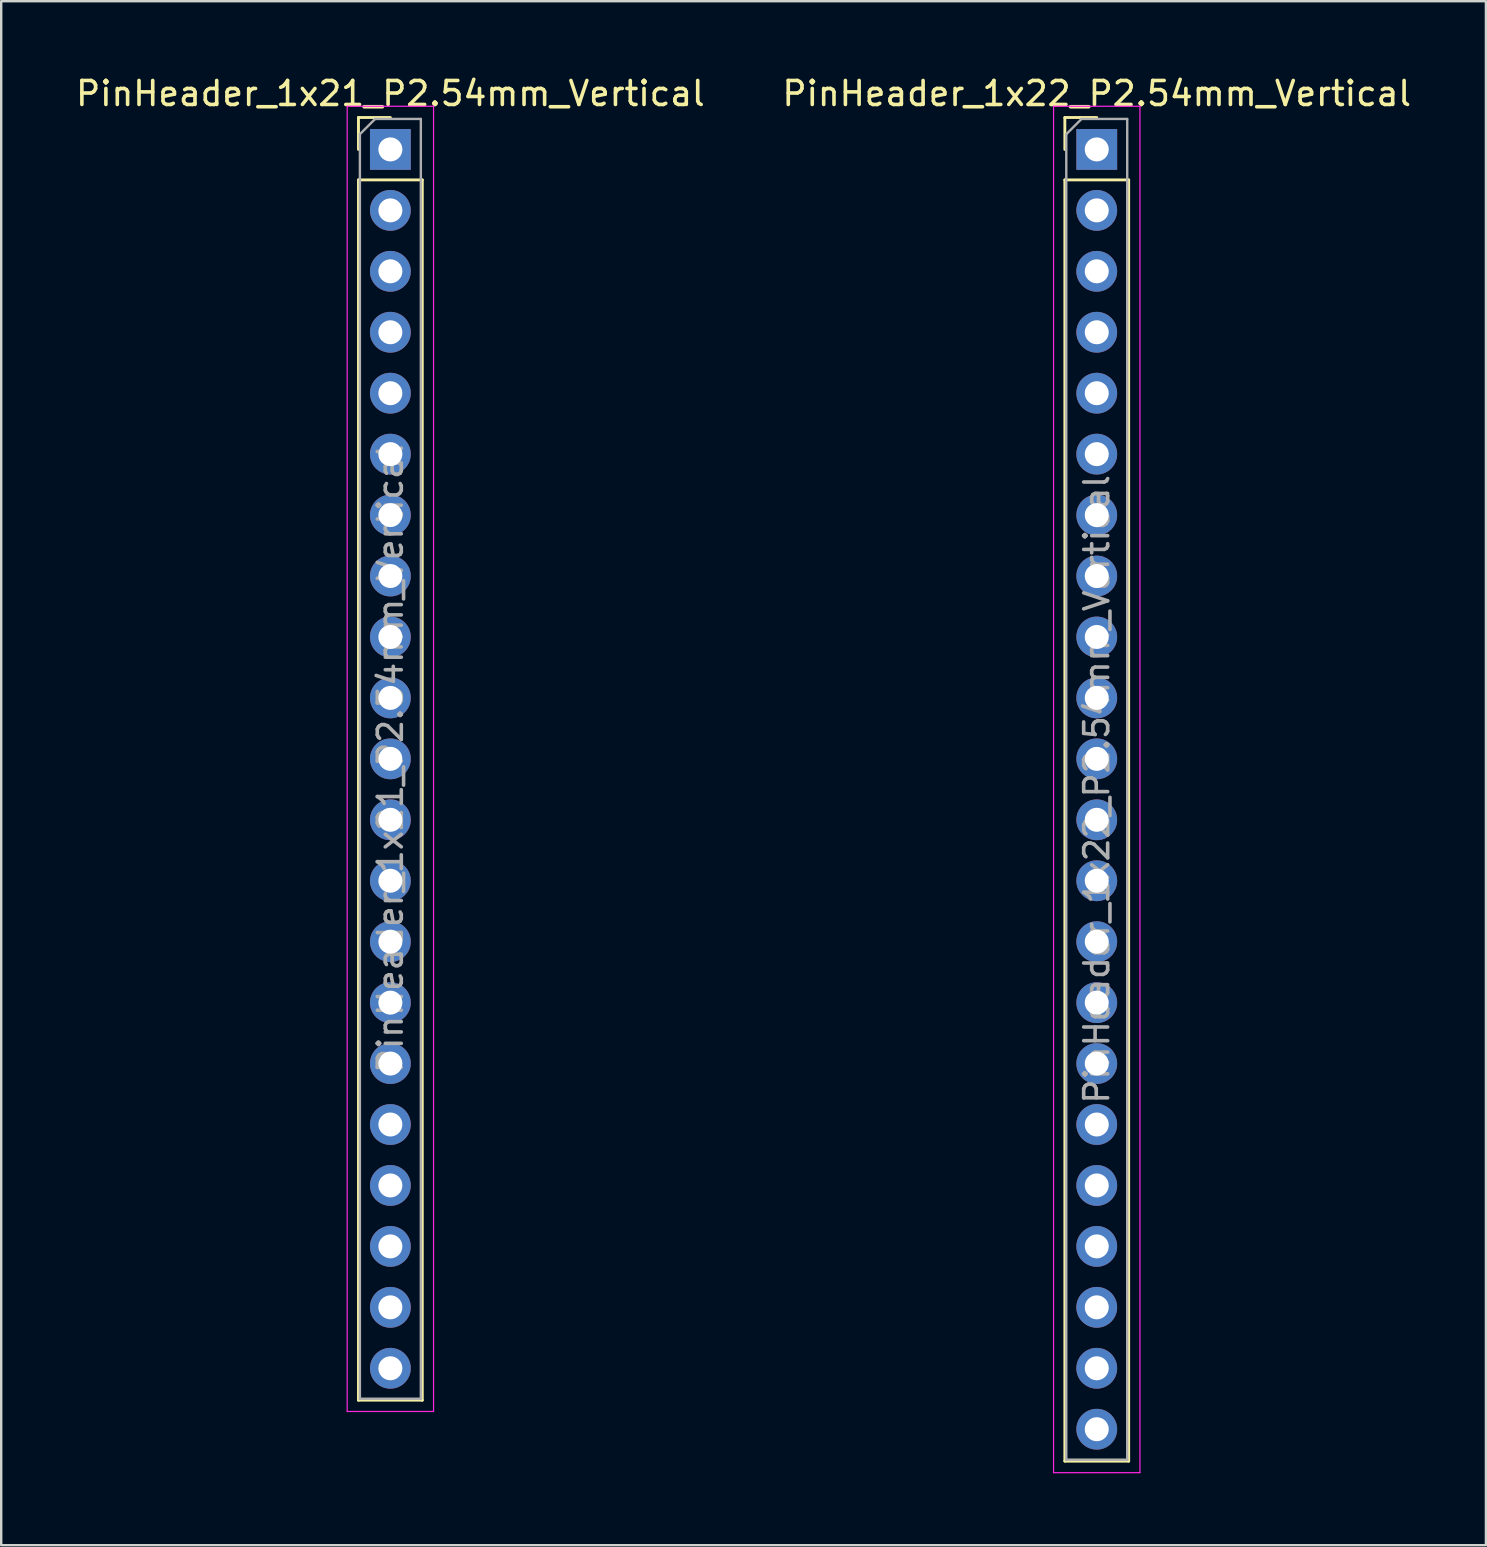
<source format=kicad_pcb>
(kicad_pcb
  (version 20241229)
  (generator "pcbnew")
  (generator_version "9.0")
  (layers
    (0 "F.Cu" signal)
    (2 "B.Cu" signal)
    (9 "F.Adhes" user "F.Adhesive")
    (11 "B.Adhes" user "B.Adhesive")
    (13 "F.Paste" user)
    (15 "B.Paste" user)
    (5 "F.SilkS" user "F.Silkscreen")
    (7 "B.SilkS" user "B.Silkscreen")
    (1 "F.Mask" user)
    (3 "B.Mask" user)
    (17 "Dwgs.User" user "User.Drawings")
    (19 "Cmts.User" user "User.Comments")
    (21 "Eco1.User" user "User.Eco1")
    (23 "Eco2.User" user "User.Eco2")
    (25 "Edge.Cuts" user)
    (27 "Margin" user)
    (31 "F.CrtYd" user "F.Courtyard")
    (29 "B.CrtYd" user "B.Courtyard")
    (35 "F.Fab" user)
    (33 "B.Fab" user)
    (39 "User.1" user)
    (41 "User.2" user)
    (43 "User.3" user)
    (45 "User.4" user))
  (footprint "PinHeader_1x22_P2.54mm_Vertical"
    (layer "F.Cu")
    (at 42.661 3.178)
    (property "Reference" "PinHeader_1x22_P2.54mm_Vertical" (at 0 -2.33 0) (layer "F.SilkS") (effects (font (size 1 1) (thickness 0.15))))
    (attr through_hole)
    (fp_line (start -1.33 -1.33) (end 0 -1.33) (stroke (width 0.12) (type solid)) (layer "F.SilkS"))
    (fp_line (start -1.33 0) (end -1.33 -1.33) (stroke (width 0.12) (type solid)) (layer "F.SilkS"))
    (fp_line (start -1.33 1.27) (end -1.33 54.67) (stroke (width 0.12) (type solid)) (layer "F.SilkS"))
    (fp_line (start -1.33 1.27) (end 1.33 1.27) (stroke (width 0.12) (type solid)) (layer "F.SilkS"))
    (fp_line (start -1.33 54.67) (end 1.33 54.67) (stroke (width 0.12) (type solid)) (layer "F.SilkS"))
    (fp_line (start 1.33 1.27) (end 1.33 54.67) (stroke (width 0.12) (type solid)) (layer "F.SilkS"))
    (fp_line (start -1.8 -1.8) (end -1.8 55.15) (stroke (width 0.05) (type solid)) (layer "F.CrtYd"))
    (fp_line (start -1.8 55.15) (end 1.8 55.15) (stroke (width 0.05) (type solid)) (layer "F.CrtYd"))
    (fp_line (start 1.8 -1.8) (end -1.8 -1.8) (stroke (width 0.05) (type solid)) (layer "F.CrtYd"))
    (fp_line (start 1.8 55.15) (end 1.8 -1.8) (stroke (width 0.05) (type solid)) (layer "F.CrtYd"))
    (fp_line (start -1.27 -0.635) (end -0.635 -1.27) (stroke (width 0.1) (type solid)) (layer "F.Fab"))
    (fp_line (start -1.27 54.61) (end -1.27 -0.635) (stroke (width 0.1) (type solid)) (layer "F.Fab"))
    (fp_line (start -0.635 -1.27) (end 1.27 -1.27) (stroke (width 0.1) (type solid)) (layer "F.Fab"))
    (fp_line (start 1.27 -1.27) (end 1.27 54.61) (stroke (width 0.1) (type solid)) (layer "F.Fab"))
    (fp_line (start 1.27 54.61) (end -1.27 54.61) (stroke (width 0.1) (type solid)) (layer "F.Fab"))
    (fp_text user "${REFERENCE}" (at 0 26.67 90) (layer "F.Fab") (effects (font (size 1 1) (thickness 0.15))))
    (pad "1" thru_hole rect (at 0 0) (size 1.7 1.7) (drill 1) (layers "*.Cu" "*.Mask"))
    (pad "2" thru_hole oval (at 0 2.54) (size 1.7 1.7) (drill 1) (layers "*.Cu" "*.Mask"))
    (pad "3" thru_hole oval (at 0 5.08) (size 1.7 1.7) (drill 1) (layers "*.Cu" "*.Mask"))
    (pad "4" thru_hole oval (at 0 7.62) (size 1.7 1.7) (drill 1) (layers "*.Cu" "*.Mask"))
    (pad "5" thru_hole oval (at 0 10.16) (size 1.7 1.7) (drill 1) (layers "*.Cu" "*.Mask"))
    (pad "6" thru_hole oval (at 0 12.7) (size 1.7 1.7) (drill 1) (layers "*.Cu" "*.Mask"))
    (pad "7" thru_hole oval (at 0 15.24) (size 1.7 1.7) (drill 1) (layers "*.Cu" "*.Mask"))
    (pad "8" thru_hole oval (at 0 17.78) (size 1.7 1.7) (drill 1) (layers "*.Cu" "*.Mask"))
    (pad "9" thru_hole oval (at 0 20.32) (size 1.7 1.7) (drill 1) (layers "*.Cu" "*.Mask"))
    (pad "10" thru_hole oval (at 0 22.86) (size 1.7 1.7) (drill 1) (layers "*.Cu" "*.Mask"))
    (pad "11" thru_hole oval (at 0 25.4) (size 1.7 1.7) (drill 1) (layers "*.Cu" "*.Mask"))
    (pad "12" thru_hole oval (at 0 27.94) (size 1.7 1.7) (drill 1) (layers "*.Cu" "*.Mask"))
    (pad "13" thru_hole oval (at 0 30.48) (size 1.7 1.7) (drill 1) (layers "*.Cu" "*.Mask"))
    (pad "14" thru_hole oval (at 0 33.02) (size 1.7 1.7) (drill 1) (layers "*.Cu" "*.Mask"))
    (pad "15" thru_hole oval (at 0 35.56) (size 1.7 1.7) (drill 1) (layers "*.Cu" "*.Mask"))
    (pad "16" thru_hole oval (at 0 38.1) (size 1.7 1.7) (drill 1) (layers "*.Cu" "*.Mask"))
    (pad "17" thru_hole oval (at 0 40.64) (size 1.7 1.7) (drill 1) (layers "*.Cu" "*.Mask"))
    (pad "18" thru_hole oval (at 0 43.18) (size 1.7 1.7) (drill 1) (layers "*.Cu" "*.Mask"))
    (pad "19" thru_hole oval (at 0 45.72) (size 1.7 1.7) (drill 1) (layers "*.Cu" "*.Mask"))
    (pad "20" thru_hole oval (at 0 48.26) (size 1.7 1.7) (drill 1) (layers "*.Cu" "*.Mask"))
    (pad "21" thru_hole oval (at 0 50.8) (size 1.7 1.7) (drill 1) (layers "*.Cu" "*.Mask"))
    (pad "22" thru_hole oval (at 0 53.34) (size 1.7 1.7) (drill 1) (layers "*.Cu" "*.Mask")))
  (footprint "PinHeader_1x21_P2.54mm_Vertical"
    (layer "F.Cu")
    (at 13.22 3.178)
    (property "Reference" "PinHeader_1x21_P2.54mm_Vertical" (at 0 -2.33 0) (layer "F.SilkS") (effects (font (size 1 1) (thickness 0.15))))
    (attr through_hole)
    (fp_line (start -1.33 -1.33) (end 0 -1.33) (stroke (width 0.12) (type solid)) (layer "F.SilkS"))
    (fp_line (start -1.33 0) (end -1.33 -1.33) (stroke (width 0.12) (type solid)) (layer "F.SilkS"))
    (fp_line (start -1.33 1.27) (end -1.33 52.13) (stroke (width 0.12) (type solid)) (layer "F.SilkS"))
    (fp_line (start -1.33 1.27) (end 1.33 1.27) (stroke (width 0.12) (type solid)) (layer "F.SilkS"))
    (fp_line (start -1.33 52.13) (end 1.33 52.13) (stroke (width 0.12) (type solid)) (layer "F.SilkS"))
    (fp_line (start 1.33 1.27) (end 1.33 52.13) (stroke (width 0.12) (type solid)) (layer "F.SilkS"))
    (fp_line (start -1.8 -1.8) (end -1.8 52.6) (stroke (width 0.05) (type solid)) (layer "F.CrtYd"))
    (fp_line (start -1.8 52.6) (end 1.8 52.6) (stroke (width 0.05) (type solid)) (layer "F.CrtYd"))
    (fp_line (start 1.8 -1.8) (end -1.8 -1.8) (stroke (width 0.05) (type solid)) (layer "F.CrtYd"))
    (fp_line (start 1.8 52.6) (end 1.8 -1.8) (stroke (width 0.05) (type solid)) (layer "F.CrtYd"))
    (fp_line (start -1.27 -0.635) (end -0.635 -1.27) (stroke (width 0.1) (type solid)) (layer "F.Fab"))
    (fp_line (start -1.27 52.07) (end -1.27 -0.635) (stroke (width 0.1) (type solid)) (layer "F.Fab"))
    (fp_line (start -0.635 -1.27) (end 1.27 -1.27) (stroke (width 0.1) (type solid)) (layer "F.Fab"))
    (fp_line (start 1.27 -1.27) (end 1.27 52.07) (stroke (width 0.1) (type solid)) (layer "F.Fab"))
    (fp_line (start 1.27 52.07) (end -1.27 52.07) (stroke (width 0.1) (type solid)) (layer "F.Fab"))
    (fp_text user "${REFERENCE}" (at 0 25.4 90) (layer "F.Fab") (effects (font (size 1 1) (thickness 0.15))))
    (pad "1" thru_hole rect (at 0 0) (size 1.7 1.7) (drill 1) (layers "*.Cu" "*.Mask"))
    (pad "2" thru_hole oval (at 0 2.54) (size 1.7 1.7) (drill 1) (layers "*.Cu" "*.Mask"))
    (pad "3" thru_hole oval (at 0 5.08) (size 1.7 1.7) (drill 1) (layers "*.Cu" "*.Mask"))
    (pad "4" thru_hole oval (at 0 7.62) (size 1.7 1.7) (drill 1) (layers "*.Cu" "*.Mask"))
    (pad "5" thru_hole oval (at 0 10.16) (size 1.7 1.7) (drill 1) (layers "*.Cu" "*.Mask"))
    (pad "6" thru_hole oval (at 0 12.7) (size 1.7 1.7) (drill 1) (layers "*.Cu" "*.Mask"))
    (pad "7" thru_hole oval (at 0 15.24) (size 1.7 1.7) (drill 1) (layers "*.Cu" "*.Mask"))
    (pad "8" thru_hole oval (at 0 17.78) (size 1.7 1.7) (drill 1) (layers "*.Cu" "*.Mask"))
    (pad "9" thru_hole oval (at 0 20.32) (size 1.7 1.7) (drill 1) (layers "*.Cu" "*.Mask"))
    (pad "10" thru_hole oval (at 0 22.86) (size 1.7 1.7) (drill 1) (layers "*.Cu" "*.Mask"))
    (pad "11" thru_hole oval (at 0 25.4) (size 1.7 1.7) (drill 1) (layers "*.Cu" "*.Mask"))
    (pad "12" thru_hole oval (at 0 27.94) (size 1.7 1.7) (drill 1) (layers "*.Cu" "*.Mask"))
    (pad "13" thru_hole oval (at 0 30.48) (size 1.7 1.7) (drill 1) (layers "*.Cu" "*.Mask"))
    (pad "14" thru_hole oval (at 0 33.02) (size 1.7 1.7) (drill 1) (layers "*.Cu" "*.Mask"))
    (pad "15" thru_hole oval (at 0 35.56) (size 1.7 1.7) (drill 1) (layers "*.Cu" "*.Mask"))
    (pad "16" thru_hole oval (at 0 38.1) (size 1.7 1.7) (drill 1) (layers "*.Cu" "*.Mask"))
    (pad "17" thru_hole oval (at 0 40.64) (size 1.7 1.7) (drill 1) (layers "*.Cu" "*.Mask"))
    (pad "18" thru_hole oval (at 0 43.18) (size 1.7 1.7) (drill 1) (layers "*.Cu" "*.Mask"))
    (pad "19" thru_hole oval (at 0 45.72) (size 1.7 1.7) (drill 1) (layers "*.Cu" "*.Mask"))
    (pad "20" thru_hole oval (at 0 48.26) (size 1.7 1.7) (drill 1) (layers "*.Cu" "*.Mask"))
    (pad "21" thru_hole oval (at 0 50.8) (size 1.7 1.7) (drill 1) (layers "*.Cu" "*.Mask")))
  (gr_rect
    (start -3 -3)
    (end 58.881 61.353)
    (stroke (width 0.1) (type default))
    (fill no)
    (layer "Edge.Cuts")))
</source>
